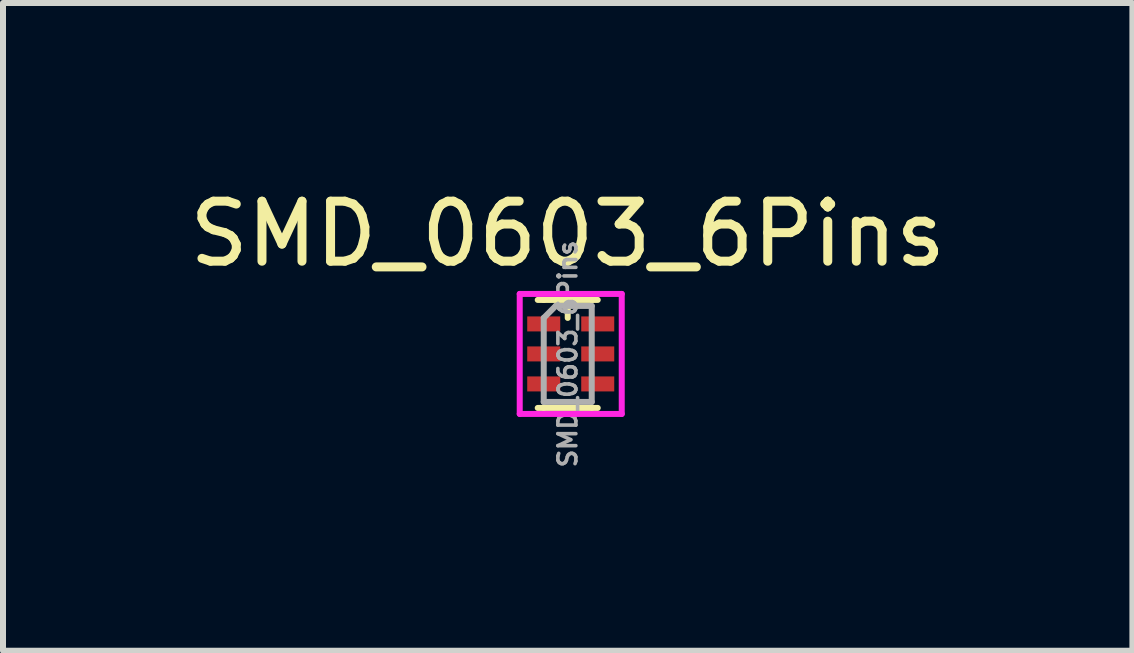
<source format=kicad_pcb>
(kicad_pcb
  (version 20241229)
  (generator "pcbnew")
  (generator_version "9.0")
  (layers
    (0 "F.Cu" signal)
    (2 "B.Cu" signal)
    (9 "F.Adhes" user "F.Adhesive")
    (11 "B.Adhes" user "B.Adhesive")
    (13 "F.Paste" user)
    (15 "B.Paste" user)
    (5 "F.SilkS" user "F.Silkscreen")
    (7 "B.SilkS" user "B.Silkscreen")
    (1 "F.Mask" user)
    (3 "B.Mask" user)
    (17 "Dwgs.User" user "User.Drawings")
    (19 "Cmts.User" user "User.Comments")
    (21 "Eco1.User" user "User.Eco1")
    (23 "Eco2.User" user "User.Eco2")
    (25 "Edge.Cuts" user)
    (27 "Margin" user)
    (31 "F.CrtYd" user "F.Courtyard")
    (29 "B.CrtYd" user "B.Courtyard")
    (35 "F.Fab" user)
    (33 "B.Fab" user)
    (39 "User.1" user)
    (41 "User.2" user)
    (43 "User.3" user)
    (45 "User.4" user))
  (footprint "SMD_0603_6Pins"
    (layer "F.Cu")
    (at 6.411 2.848)
    (property "Reference" "SMD_0603_6Pins" (at 0 -2 0) (layer "F.SilkS") (effects (font (size 1 1) (thickness 0.15))))
    (attr smd)
    (fp_line (start -0.4 -0.9) (end -0.5 -0.9) (stroke (width 0.1) (type solid)) (layer "F.SilkS"))
    (fp_line (start -0.4 0.9) (end -0.5 0.9) (stroke (width 0.1) (type solid)) (layer "F.SilkS"))
    (fp_line (start -0.4 0.9) (end 0.4 0.9) (stroke (width 0.1) (type solid)) (layer "F.SilkS"))
    (fp_line (start 0 -0.9) (end 0 -0.6) (stroke (width 0.1) (type solid)) (layer "F.SilkS"))
    (fp_line (start 0.4 -0.9) (end -0.4 -0.9) (stroke (width 0.1) (type solid)) (layer "F.SilkS"))
    (fp_line (start 0.4 -0.9) (end 0.5 -0.9) (stroke (width 0.1) (type solid)) (layer "F.SilkS"))
    (fp_line (start 0.4 0.9) (end 0.5 0.9) (stroke (width 0.1) (type solid)) (layer "F.SilkS"))
    (fp_line (start -0.8 -1) (end -0.8 1) (stroke (width 0.1) (type solid)) (layer "F.CrtYd"))
    (fp_line (start -0.8 1) (end 0.9 1) (stroke (width 0.1) (type solid)) (layer "F.CrtYd"))
    (fp_line (start 0.9 -1) (end -0.8 -1) (stroke (width 0.1) (type solid)) (layer "F.CrtYd"))
    (fp_line (start 0.9 1) (end 0.9 -1) (stroke (width 0.1) (type solid)) (layer "F.CrtYd"))
    (fp_line (start -0.4 -0.6) (end -0.4 0.8) (stroke (width 0.1) (type solid)) (layer "F.Fab"))
    (fp_line (start -0.2 -0.8) (end -0.4 -0.6) (stroke (width 0.1) (type solid)) (layer "F.Fab"))
    (fp_line (start 0.4 -0.8) (end -0.2 -0.8) (stroke (width 0.1) (type solid)) (layer "F.Fab"))
    (fp_line (start 0.4 -0.8) (end 0.4 0.8) (stroke (width 0.1) (type solid)) (layer "F.Fab"))
    (fp_line (start 0.4 0.8) (end -0.4 0.8) (stroke (width 0.1) (type solid)) (layer "F.Fab"))
    (fp_text user "${REFERENCE}" (at 0 0 90) (layer "F.Fab") (effects (font (size 0.3 0.3) (thickness 0.06))))
    (pad "1" smd rect (at -0.4 -0.5) (size 0.55 0.25) (layers "F.Cu" "F.Mask" "F.Paste"))
    (pad "2" smd rect (at -0.4 0) (size 0.55 0.25) (layers "F.Cu" "F.Mask" "F.Paste"))
    (pad "3" smd rect (at -0.4 0.5) (size 0.55 0.25) (layers "F.Cu" "F.Mask" "F.Paste"))
    (pad "4" smd rect (at 0.5 0.5) (size 0.55 0.25) (layers "F.Cu" "F.Mask" "F.Paste"))
    (pad "5" smd rect (at 0.5 0) (size 0.55 0.25) (layers "F.Cu" "F.Mask" "F.Paste"))
    (pad "6" smd rect (at 0.5 -0.5) (size 0.55 0.25) (layers "F.Cu" "F.Mask" "F.Paste")))
  (gr_rect
    (start -3 -3)
    (end 15.821 7.794)
    (stroke (width 0.1) (type default))
    (fill no)
    (layer "Edge.Cuts")))
</source>
